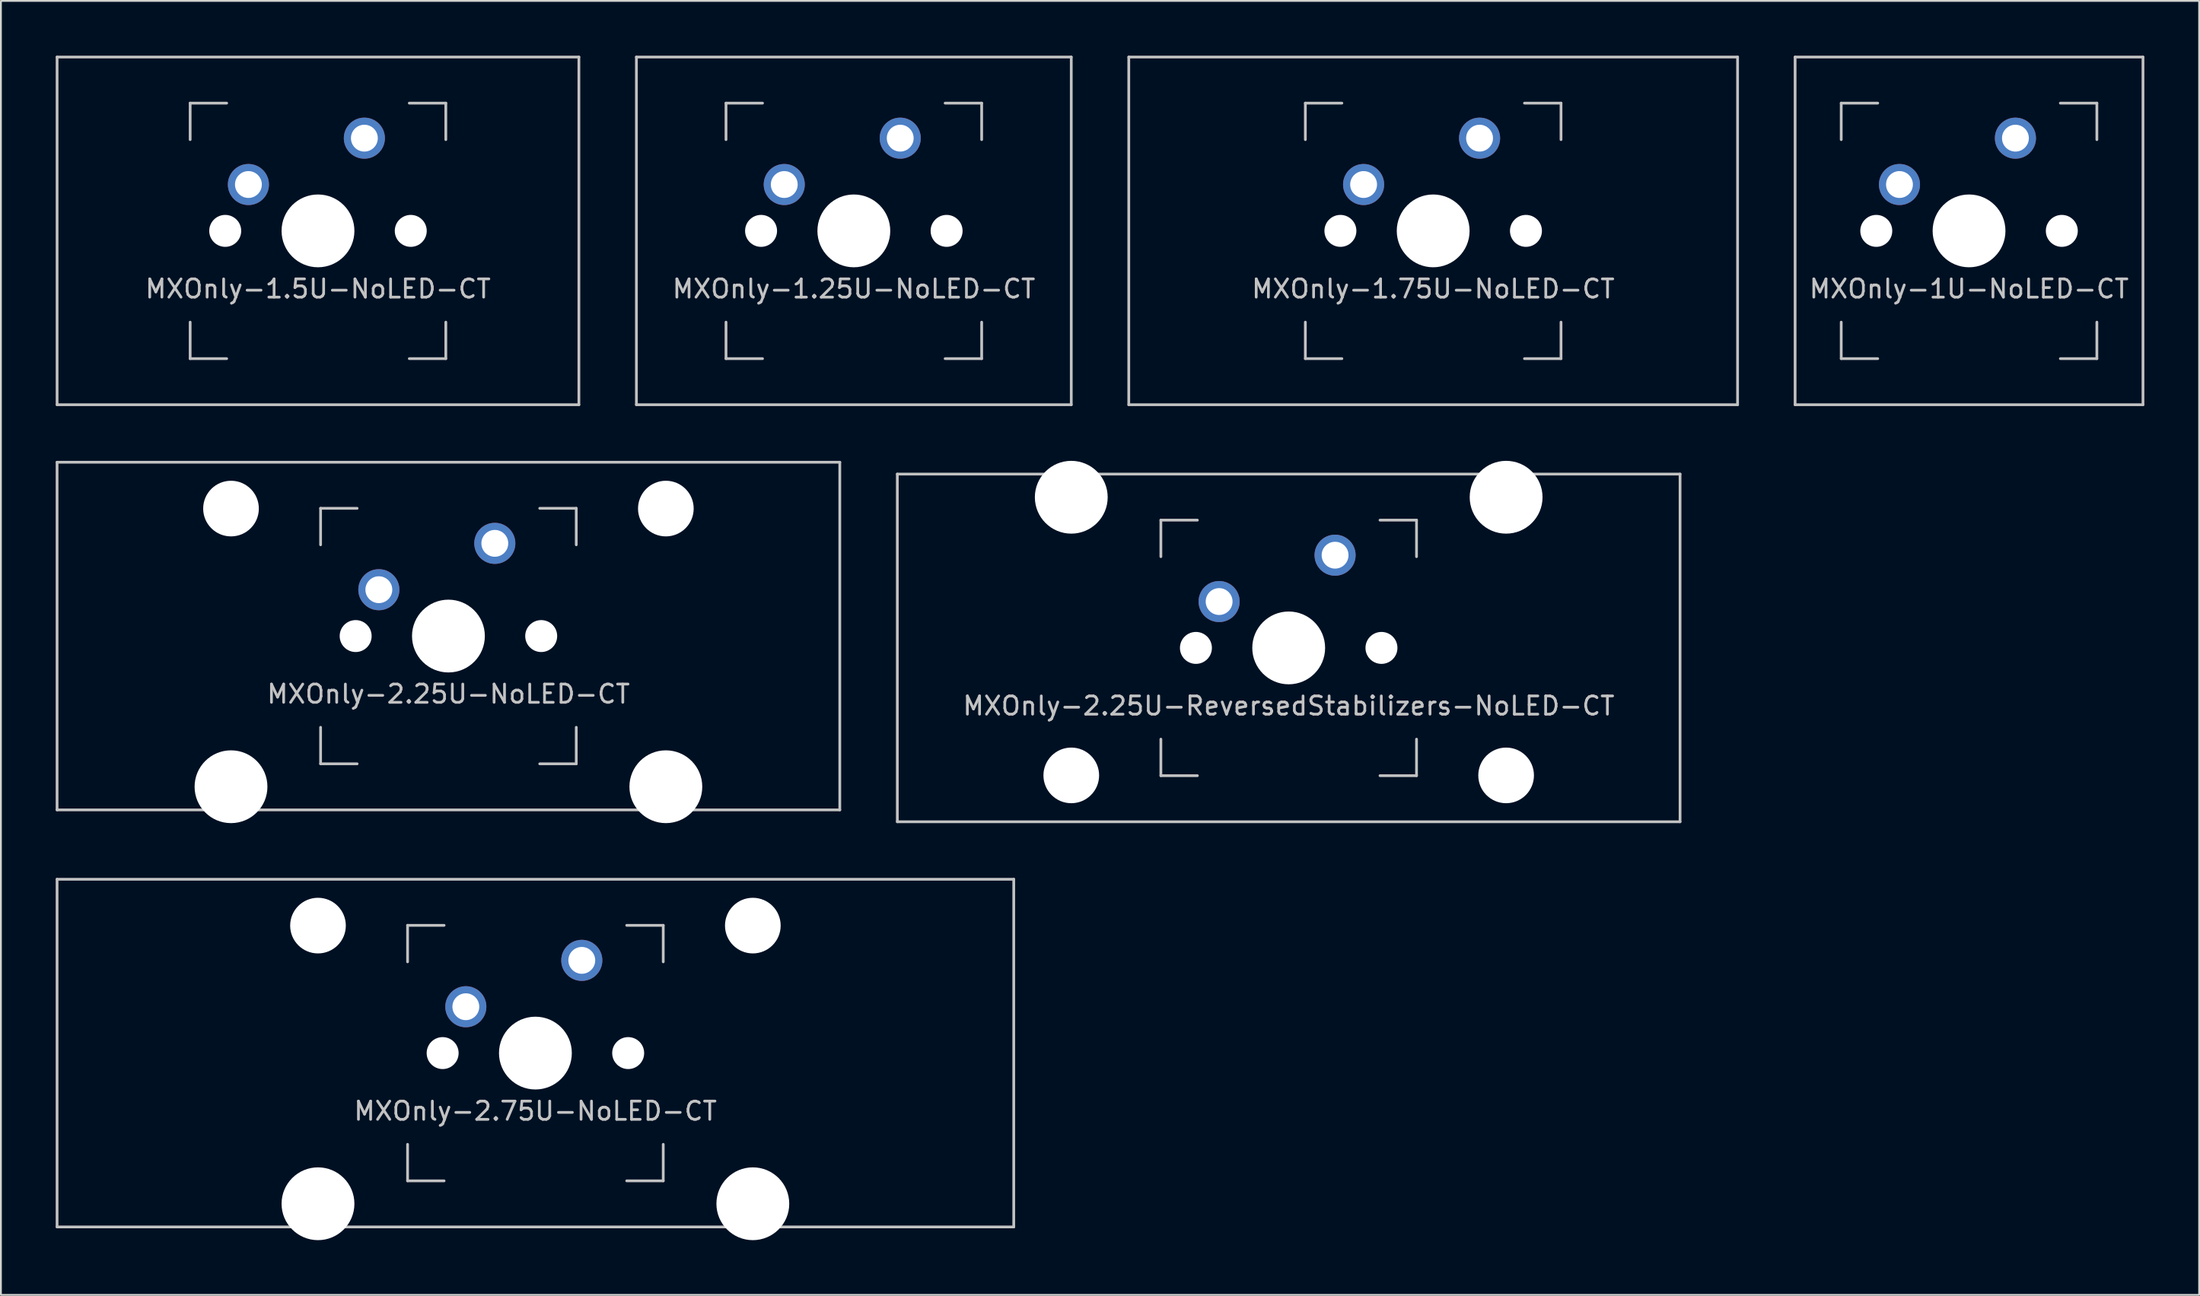
<source format=kicad_pcb>
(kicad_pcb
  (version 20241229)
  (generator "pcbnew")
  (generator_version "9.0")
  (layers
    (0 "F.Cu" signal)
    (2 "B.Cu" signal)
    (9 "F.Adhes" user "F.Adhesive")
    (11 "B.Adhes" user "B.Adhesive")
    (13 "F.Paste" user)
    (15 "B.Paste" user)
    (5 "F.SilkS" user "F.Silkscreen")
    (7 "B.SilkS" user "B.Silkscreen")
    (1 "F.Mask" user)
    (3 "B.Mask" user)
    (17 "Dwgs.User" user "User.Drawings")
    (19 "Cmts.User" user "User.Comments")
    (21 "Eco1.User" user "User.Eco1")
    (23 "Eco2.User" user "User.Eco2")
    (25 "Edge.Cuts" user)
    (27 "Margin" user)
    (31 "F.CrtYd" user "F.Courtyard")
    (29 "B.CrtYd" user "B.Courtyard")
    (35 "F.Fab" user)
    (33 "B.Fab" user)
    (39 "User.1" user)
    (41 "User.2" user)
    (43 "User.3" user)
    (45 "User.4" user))
  (footprint "MXOnly-1U-NoLED-CT"
    (layer "F.Cu")
    (at 104.775 9.6)
    (property "Reference" "MXOnly-1U-NoLED-CT" (at 0 3.175 0) (layer "Dwgs.User") (effects (font (size 1 1) (thickness 0.15))))
    (attr through_hole)
    (fp_line (start -9.525 -9.525) (end 9.525 -9.525) (stroke (width 0.15) (type solid)) (layer "Dwgs.User"))
    (fp_line (start -9.525 9.525) (end -9.525 -9.525) (stroke (width 0.15) (type solid)) (layer "Dwgs.User"))
    (fp_line (start -7 -7) (end -7 -5) (stroke (width 0.15) (type solid)) (layer "Dwgs.User"))
    (fp_line (start -7 5) (end -7 7) (stroke (width 0.15) (type solid)) (layer "Dwgs.User"))
    (fp_line (start -7 7) (end -5 7) (stroke (width 0.15) (type solid)) (layer "Dwgs.User"))
    (fp_line (start -5 -7) (end -7 -7) (stroke (width 0.15) (type solid)) (layer "Dwgs.User"))
    (fp_line (start 5 -7) (end 7 -7) (stroke (width 0.15) (type solid)) (layer "Dwgs.User"))
    (fp_line (start 5 7) (end 7 7) (stroke (width 0.15) (type solid)) (layer "Dwgs.User"))
    (fp_line (start 7 -7) (end 7 -5) (stroke (width 0.15) (type solid)) (layer "Dwgs.User"))
    (fp_line (start 7 7) (end 7 5) (stroke (width 0.15) (type solid)) (layer "Dwgs.User"))
    (fp_line (start 9.525 -9.525) (end 9.525 9.525) (stroke (width 0.15) (type solid)) (layer "Dwgs.User"))
    (fp_line (start 9.525 9.525) (end -9.525 9.525) (stroke (width 0.15) (type solid)) (layer "Dwgs.User"))
    (pad "" np_thru_hole circle (at -5.08 0 48.1) (size 1.75 1.75) (drill 1.75) (layers "*.Cu" "*.Mask"))
    (pad "" np_thru_hole circle (at 0 0) (size 3.988 3.988) (drill 3.988) (layers "*.Cu" "*.Mask"))
    (pad "" np_thru_hole circle (at 5.08 0 48.1) (size 1.75 1.75) (drill 1.75) (layers "*.Cu" "*.Mask"))
    (pad "1" thru_hole circle (at -3.81 -2.54) (size 2.25 2.25) (drill 1.47) (layers "*.Cu" "*.Mask"))
    (pad "2" thru_hole circle (at 2.54 -5.08) (size 2.25 2.25) (drill 1.47) (layers "*.Cu" "*.Mask")))
  (footprint "MXOnly-1.25U-NoLED-CT"
    (layer "F.Cu")
    (at 43.706 9.6)
    (property "Reference" "MXOnly-1.25U-NoLED-CT" (at 0 3.175 0) (layer "Dwgs.User") (effects (font (size 1 1) (thickness 0.15))))
    (attr through_hole)
    (fp_line (start -11.906 -9.525) (end 11.906 -9.525) (stroke (width 0.15) (type solid)) (layer "Dwgs.User"))
    (fp_line (start -11.906 9.525) (end -11.906 -9.525) (stroke (width 0.15) (type solid)) (layer "Dwgs.User"))
    (fp_line (start -11.906 9.525) (end 11.906 9.525) (stroke (width 0.15) (type solid)) (layer "Dwgs.User"))
    (fp_line (start -7 -7) (end -7 -5) (stroke (width 0.15) (type solid)) (layer "Dwgs.User"))
    (fp_line (start -7 5) (end -7 7) (stroke (width 0.15) (type solid)) (layer "Dwgs.User"))
    (fp_line (start -7 7) (end -5 7) (stroke (width 0.15) (type solid)) (layer "Dwgs.User"))
    (fp_line (start -5 -7) (end -7 -7) (stroke (width 0.15) (type solid)) (layer "Dwgs.User"))
    (fp_line (start 5 -7) (end 7 -7) (stroke (width 0.15) (type solid)) (layer "Dwgs.User"))
    (fp_line (start 5 7) (end 7 7) (stroke (width 0.15) (type solid)) (layer "Dwgs.User"))
    (fp_line (start 7 -7) (end 7 -5) (stroke (width 0.15) (type solid)) (layer "Dwgs.User"))
    (fp_line (start 7 7) (end 7 5) (stroke (width 0.15) (type solid)) (layer "Dwgs.User"))
    (fp_line (start 11.906 -9.525) (end 11.906 9.525) (stroke (width 0.15) (type solid)) (layer "Dwgs.User"))
    (pad "" np_thru_hole circle (at -5.08 0 48.1) (size 1.75 1.75) (drill 1.75) (layers "*.Cu" "*.Mask"))
    (pad "" np_thru_hole circle (at 0 0) (size 3.988 3.988) (drill 3.988) (layers "*.Cu" "*.Mask"))
    (pad "" np_thru_hole circle (at 5.08 0 48.1) (size 1.75 1.75) (drill 1.75) (layers "*.Cu" "*.Mask"))
    (pad "1" thru_hole circle (at -3.81 -2.54) (size 2.25 2.25) (drill 1.47) (layers "*.Cu" "*.Mask"))
    (pad "2" thru_hole circle (at 2.54 -5.08) (size 2.25 2.25) (drill 1.47) (layers "*.Cu" "*.Mask")))
  (footprint "MXOnly-1.75U-NoLED-CT"
    (layer "F.Cu")
    (at 75.431 9.6)
    (property "Reference" "MXOnly-1.75U-NoLED-CT" (at 0 3.175 0) (layer "Dwgs.User") (effects (font (size 1 1) (thickness 0.15))))
    (attr through_hole)
    (fp_line (start -16.669 -9.525) (end 16.669 -9.525) (stroke (width 0.15) (type solid)) (layer "Dwgs.User"))
    (fp_line (start -16.669 9.525) (end -16.669 -9.525) (stroke (width 0.15) (type solid)) (layer "Dwgs.User"))
    (fp_line (start -16.669 9.525) (end 16.669 9.525) (stroke (width 0.15) (type solid)) (layer "Dwgs.User"))
    (fp_line (start -7 -7) (end -7 -5) (stroke (width 0.15) (type solid)) (layer "Dwgs.User"))
    (fp_line (start -7 5) (end -7 7) (stroke (width 0.15) (type solid)) (layer "Dwgs.User"))
    (fp_line (start -7 7) (end -5 7) (stroke (width 0.15) (type solid)) (layer "Dwgs.User"))
    (fp_line (start -5 -7) (end -7 -7) (stroke (width 0.15) (type solid)) (layer "Dwgs.User"))
    (fp_line (start 5 -7) (end 7 -7) (stroke (width 0.15) (type solid)) (layer "Dwgs.User"))
    (fp_line (start 5 7) (end 7 7) (stroke (width 0.15) (type solid)) (layer "Dwgs.User"))
    (fp_line (start 7 -7) (end 7 -5) (stroke (width 0.15) (type solid)) (layer "Dwgs.User"))
    (fp_line (start 7 7) (end 7 5) (stroke (width 0.15) (type solid)) (layer "Dwgs.User"))
    (fp_line (start 16.669 -9.525) (end 16.669 9.525) (stroke (width 0.15) (type solid)) (layer "Dwgs.User"))
    (pad "" np_thru_hole circle (at -5.08 0 48.1) (size 1.75 1.75) (drill 1.75) (layers "*.Cu" "*.Mask"))
    (pad "" np_thru_hole circle (at 0 0) (size 3.988 3.988) (drill 3.988) (layers "*.Cu" "*.Mask"))
    (pad "" np_thru_hole circle (at 5.08 0 48.1) (size 1.75 1.75) (drill 1.75) (layers "*.Cu" "*.Mask"))
    (pad "1" thru_hole circle (at -3.81 -2.54) (size 2.25 2.25) (drill 1.47) (layers "*.Cu" "*.Mask"))
    (pad "2" thru_hole circle (at 2.54 -5.08) (size 2.25 2.25) (drill 1.47) (layers "*.Cu" "*.Mask")))
  (footprint "MXOnly-1.5U-NoLED-CT"
    (layer "F.Cu")
    (at 14.363 9.6)
    (property "Reference" "MXOnly-1.5U-NoLED-CT" (at 0 3.175 0) (layer "Dwgs.User") (effects (font (size 1 1) (thickness 0.15))))
    (attr through_hole)
    (fp_line (start -14.287 -9.525) (end 14.287 -9.525) (stroke (width 0.15) (type solid)) (layer "Dwgs.User"))
    (fp_line (start -14.287 9.525) (end -14.287 -9.525) (stroke (width 0.15) (type solid)) (layer "Dwgs.User"))
    (fp_line (start -14.287 9.525) (end 14.287 9.525) (stroke (width 0.15) (type solid)) (layer "Dwgs.User"))
    (fp_line (start -7 -7) (end -7 -5) (stroke (width 0.15) (type solid)) (layer "Dwgs.User"))
    (fp_line (start -7 5) (end -7 7) (stroke (width 0.15) (type solid)) (layer "Dwgs.User"))
    (fp_line (start -7 7) (end -5 7) (stroke (width 0.15) (type solid)) (layer "Dwgs.User"))
    (fp_line (start -5 -7) (end -7 -7) (stroke (width 0.15) (type solid)) (layer "Dwgs.User"))
    (fp_line (start 5 -7) (end 7 -7) (stroke (width 0.15) (type solid)) (layer "Dwgs.User"))
    (fp_line (start 5 7) (end 7 7) (stroke (width 0.15) (type solid)) (layer "Dwgs.User"))
    (fp_line (start 7 -7) (end 7 -5) (stroke (width 0.15) (type solid)) (layer "Dwgs.User"))
    (fp_line (start 7 7) (end 7 5) (stroke (width 0.15) (type solid)) (layer "Dwgs.User"))
    (fp_line (start 14.287 -9.525) (end 14.287 9.525) (stroke (width 0.15) (type solid)) (layer "Dwgs.User"))
    (pad "" np_thru_hole circle (at -5.08 0 48.1) (size 1.75 1.75) (drill 1.75) (layers "*.Cu" "*.Mask"))
    (pad "" np_thru_hole circle (at 0 0) (size 3.988 3.988) (drill 3.988) (layers "*.Cu" "*.Mask"))
    (pad "" np_thru_hole circle (at 5.08 0 48.1) (size 1.75 1.75) (drill 1.75) (layers "*.Cu" "*.Mask"))
    (pad "1" thru_hole circle (at -3.81 -2.54) (size 2.25 2.25) (drill 1.47) (layers "*.Cu" "*.Mask"))
    (pad "2" thru_hole circle (at 2.54 -5.08) (size 2.25 2.25) (drill 1.47) (layers "*.Cu" "*.Mask")))
  (footprint "MXOnly-2.25U-NoLED-CT"
    (layer "F.Cu")
    (at 21.506 31.8)
    (property "Reference" "MXOnly-2.25U-NoLED-CT" (at 0 3.175 0) (layer "Dwgs.User") (effects (font (size 1 1) (thickness 0.15))))
    (attr through_hole)
    (fp_line (start -21.431 -9.525) (end 21.431 -9.525) (stroke (width 0.15) (type solid)) (layer "Dwgs.User"))
    (fp_line (start -21.431 9.525) (end -21.431 -9.525) (stroke (width 0.15) (type solid)) (layer "Dwgs.User"))
    (fp_line (start -21.431 9.525) (end 21.431 9.525) (stroke (width 0.15) (type solid)) (layer "Dwgs.User"))
    (fp_line (start -7 -7) (end -7 -5) (stroke (width 0.15) (type solid)) (layer "Dwgs.User"))
    (fp_line (start -7 5) (end -7 7) (stroke (width 0.15) (type solid)) (layer "Dwgs.User"))
    (fp_line (start -7 7) (end -5 7) (stroke (width 0.15) (type solid)) (layer "Dwgs.User"))
    (fp_line (start -5 -7) (end -7 -7) (stroke (width 0.15) (type solid)) (layer "Dwgs.User"))
    (fp_line (start 5 -7) (end 7 -7) (stroke (width 0.15) (type solid)) (layer "Dwgs.User"))
    (fp_line (start 5 7) (end 7 7) (stroke (width 0.15) (type solid)) (layer "Dwgs.User"))
    (fp_line (start 7 -7) (end 7 -5) (stroke (width 0.15) (type solid)) (layer "Dwgs.User"))
    (fp_line (start 7 7) (end 7 5) (stroke (width 0.15) (type solid)) (layer "Dwgs.User"))
    (fp_line (start 21.431 -9.525) (end 21.431 9.525) (stroke (width 0.15) (type solid)) (layer "Dwgs.User"))
    (pad "" np_thru_hole circle (at -11.906 -6.985) (size 3.048 3.048) (drill 3.048) (layers "*.Cu" "*.Mask"))
    (pad "" np_thru_hole circle (at -11.906 8.255) (size 3.988 3.988) (drill 3.988) (layers "*.Cu" "*.Mask"))
    (pad "" np_thru_hole circle (at -5.08 0 48.1) (size 1.75 1.75) (drill 1.75) (layers "*.Cu" "*.Mask"))
    (pad "" np_thru_hole circle (at 0 0) (size 3.988 3.988) (drill 3.988) (layers "*.Cu" "*.Mask"))
    (pad "" np_thru_hole circle (at 5.08 0 48.1) (size 1.75 1.75) (drill 1.75) (layers "*.Cu" "*.Mask"))
    (pad "" np_thru_hole circle (at 11.906 -6.985) (size 3.048 3.048) (drill 3.048) (layers "*.Cu" "*.Mask"))
    (pad "" np_thru_hole circle (at 11.906 8.255) (size 3.988 3.988) (drill 3.988) (layers "*.Cu" "*.Mask"))
    (pad "1" thru_hole circle (at -3.81 -2.54) (size 2.25 2.25) (drill 1.47) (layers "*.Cu" "*.Mask"))
    (pad "2" thru_hole circle (at 2.54 -5.08) (size 2.25 2.25) (drill 1.47) (layers "*.Cu" "*.Mask")))
  (footprint "MXOnly-2.25U-ReversedStabilizers-NoLED-CT"
    (layer "F.Cu")
    (at 67.519 32.449)
    (property "Reference" "MXOnly-2.25U-ReversedStabilizers-NoLED-CT" (at 0 3.175 0) (layer "Dwgs.User") (effects (font (size 1 1) (thickness 0.15))))
    (attr through_hole)
    (fp_line (start -21.431 -9.525) (end 21.431 -9.525) (stroke (width 0.15) (type solid)) (layer "Dwgs.User"))
    (fp_line (start -21.431 9.525) (end -21.431 -9.525) (stroke (width 0.15) (type solid)) (layer "Dwgs.User"))
    (fp_line (start -21.431 9.525) (end 21.431 9.525) (stroke (width 0.15) (type solid)) (layer "Dwgs.User"))
    (fp_line (start -7 -7) (end -7 -5) (stroke (width 0.15) (type solid)) (layer "Dwgs.User"))
    (fp_line (start -7 5) (end -7 7) (stroke (width 0.15) (type solid)) (layer "Dwgs.User"))
    (fp_line (start -7 7) (end -5 7) (stroke (width 0.15) (type solid)) (layer "Dwgs.User"))
    (fp_line (start -5 -7) (end -7 -7) (stroke (width 0.15) (type solid)) (layer "Dwgs.User"))
    (fp_line (start 5 -7) (end 7 -7) (stroke (width 0.15) (type solid)) (layer "Dwgs.User"))
    (fp_line (start 5 7) (end 7 7) (stroke (width 0.15) (type solid)) (layer "Dwgs.User"))
    (fp_line (start 7 -7) (end 7 -5) (stroke (width 0.15) (type solid)) (layer "Dwgs.User"))
    (fp_line (start 7 7) (end 7 5) (stroke (width 0.15) (type solid)) (layer "Dwgs.User"))
    (fp_line (start 21.431 -9.525) (end 21.431 9.525) (stroke (width 0.15) (type solid)) (layer "Dwgs.User"))
    (pad "" np_thru_hole circle (at -11.906 -8.255) (size 3.988 3.988) (drill 3.988) (layers "*.Cu" "*.Mask"))
    (pad "" np_thru_hole circle (at -11.906 6.985) (size 3.048 3.048) (drill 3.048) (layers "*.Cu" "*.Mask"))
    (pad "" np_thru_hole circle (at -5.08 0 48.1) (size 1.75 1.75) (drill 1.75) (layers "*.Cu" "*.Mask"))
    (pad "" np_thru_hole circle (at 0 0) (size 3.988 3.988) (drill 3.988) (layers "*.Cu" "*.Mask"))
    (pad "" np_thru_hole circle (at 5.08 0 48.1) (size 1.75 1.75) (drill 1.75) (layers "*.Cu" "*.Mask"))
    (pad "" np_thru_hole circle (at 11.906 -8.255) (size 3.988 3.988) (drill 3.988) (layers "*.Cu" "*.Mask"))
    (pad "" np_thru_hole circle (at 11.906 6.985) (size 3.048 3.048) (drill 3.048) (layers "*.Cu" "*.Mask"))
    (pad "1" thru_hole circle (at -3.81 -2.54) (size 2.25 2.25) (drill 1.47) (layers "*.Cu" "*.Mask"))
    (pad "2" thru_hole circle (at 2.54 -5.08) (size 2.25 2.25) (drill 1.47) (layers "*.Cu" "*.Mask")))
  (footprint "MXOnly-2.75U-NoLED-CT"
    (layer "F.Cu")
    (at 26.269 54.649)
    (property "Reference" "MXOnly-2.75U-NoLED-CT" (at 0 3.175 0) (layer "Dwgs.User") (effects (font (size 1 1) (thickness 0.15))))
    (attr through_hole)
    (fp_line (start -26.194 -9.525) (end 26.194 -9.525) (stroke (width 0.15) (type solid)) (layer "Dwgs.User"))
    (fp_line (start -26.194 9.525) (end -26.194 -9.525) (stroke (width 0.15) (type solid)) (layer "Dwgs.User"))
    (fp_line (start -26.194 9.525) (end 26.194 9.525) (stroke (width 0.15) (type solid)) (layer "Dwgs.User"))
    (fp_line (start -7 -7) (end -7 -5) (stroke (width 0.15) (type solid)) (layer "Dwgs.User"))
    (fp_line (start -7 5) (end -7 7) (stroke (width 0.15) (type solid)) (layer "Dwgs.User"))
    (fp_line (start -7 7) (end -5 7) (stroke (width 0.15) (type solid)) (layer "Dwgs.User"))
    (fp_line (start -5 -7) (end -7 -7) (stroke (width 0.15) (type solid)) (layer "Dwgs.User"))
    (fp_line (start 5 -7) (end 7 -7) (stroke (width 0.15) (type solid)) (layer "Dwgs.User"))
    (fp_line (start 5 7) (end 7 7) (stroke (width 0.15) (type solid)) (layer "Dwgs.User"))
    (fp_line (start 7 -7) (end 7 -5) (stroke (width 0.15) (type solid)) (layer "Dwgs.User"))
    (fp_line (start 7 7) (end 7 5) (stroke (width 0.15) (type solid)) (layer "Dwgs.User"))
    (fp_line (start 26.194 -9.525) (end 26.194 9.525) (stroke (width 0.15) (type solid)) (layer "Dwgs.User"))
    (pad "" np_thru_hole circle (at -11.906 -6.985) (size 3.048 3.048) (drill 3.048) (layers "*.Cu" "*.Mask"))
    (pad "" np_thru_hole circle (at -11.906 8.255) (size 3.988 3.988) (drill 3.988) (layers "*.Cu" "*.Mask"))
    (pad "" np_thru_hole circle (at -5.08 0 48.1) (size 1.75 1.75) (drill 1.75) (layers "*.Cu" "*.Mask"))
    (pad "" np_thru_hole circle (at 0 0) (size 3.988 3.988) (drill 3.988) (layers "*.Cu" "*.Mask"))
    (pad "" np_thru_hole circle (at 5.08 0 48.1) (size 1.75 1.75) (drill 1.75) (layers "*.Cu" "*.Mask"))
    (pad "" np_thru_hole circle (at 11.906 -6.985) (size 3.048 3.048) (drill 3.048) (layers "*.Cu" "*.Mask"))
    (pad "" np_thru_hole circle (at 11.906 8.255) (size 3.988 3.988) (drill 3.988) (layers "*.Cu" "*.Mask"))
    (pad "1" thru_hole circle (at -3.81 -2.54) (size 2.25 2.25) (drill 1.47) (layers "*.Cu" "*.Mask"))
    (pad "2" thru_hole circle (at 2.54 -5.08) (size 2.25 2.25) (drill 1.47) (layers "*.Cu" "*.Mask")))
  (gr_rect
    (start -3 -3)
    (end 117.375 67.898)
    (stroke (width 0.1) (type default))
    (fill no)
    (layer "Edge.Cuts")))
</source>
